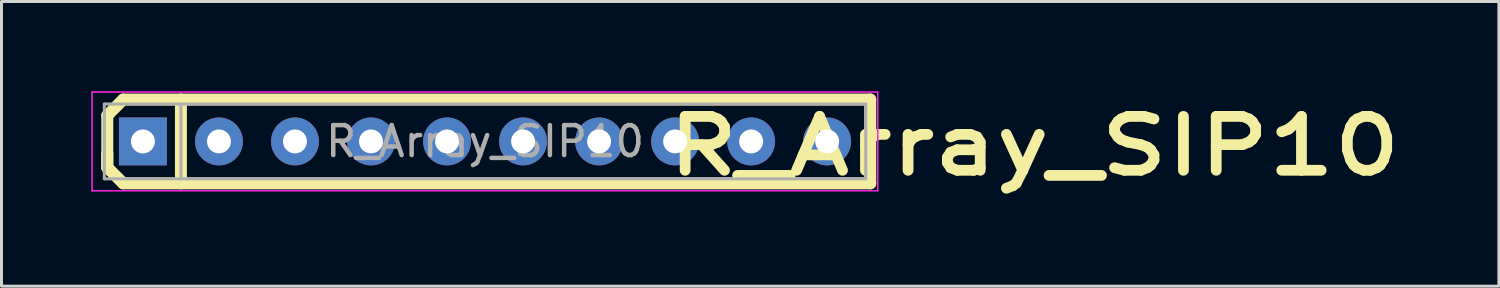
<source format=kicad_pcb>
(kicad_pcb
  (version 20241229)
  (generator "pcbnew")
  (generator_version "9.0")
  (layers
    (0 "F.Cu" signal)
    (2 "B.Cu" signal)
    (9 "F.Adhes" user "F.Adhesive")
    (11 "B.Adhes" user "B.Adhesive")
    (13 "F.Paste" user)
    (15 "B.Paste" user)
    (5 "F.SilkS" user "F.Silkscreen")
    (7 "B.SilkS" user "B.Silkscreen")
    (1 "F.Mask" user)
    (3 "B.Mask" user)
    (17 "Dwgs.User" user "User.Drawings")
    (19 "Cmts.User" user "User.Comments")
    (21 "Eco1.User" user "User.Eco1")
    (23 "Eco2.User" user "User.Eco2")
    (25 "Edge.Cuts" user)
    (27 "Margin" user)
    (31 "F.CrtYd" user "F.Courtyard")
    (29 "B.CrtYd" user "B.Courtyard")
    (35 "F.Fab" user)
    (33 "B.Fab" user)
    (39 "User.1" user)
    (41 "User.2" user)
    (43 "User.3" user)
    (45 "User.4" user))
  (footprint "R_Array_SIP10"
    (layer "F.Cu")
    (at 1.735 1.655)
    (property "Reference" "R_Array_SIP10" (at 29.77 0.17 0) (layer "F.SilkS") (effects (font (size 1.8 2.3) (thickness 0.36) (bold yes))))
    (attr through_hole)
    (fp_line (start -1.2 -0.85) (end -1.2 0.89) (stroke (width 0.4) (type default)) (layer "F.SilkS"))
    (fp_line (start -1.2 0.89) (end -1.2 0.42) (stroke (width 0.4) (type default)) (layer "F.SilkS"))
    (fp_line (start -0.67 -1.38) (end -1.2 -0.85) (stroke (width 0.4) (type default)) (layer "F.SilkS"))
    (fp_line (start -0.67 1.42) (end -1.2 0.89) (stroke (width 0.4) (type default)) (layer "F.SilkS"))
    (fp_line (start -0.67 1.42) (end 24.29 1.42) (stroke (width 0.4) (type solid)) (layer "F.SilkS"))
    (fp_line (start 1.26 -1.38) (end 1.26 1.42) (stroke (width 0.4) (type solid)) (layer "F.SilkS"))
    (fp_line (start 24.29 -1.38) (end -0.67 -1.38) (stroke (width 0.4) (type solid)) (layer "F.SilkS"))
    (fp_line (start 24.29 1.42) (end 24.29 -1.38) (stroke (width 0.4) (type solid)) (layer "F.SilkS"))
    (fp_line (start -1.71 -1.63) (end -1.71 1.67) (stroke (width 0.05) (type solid)) (layer "F.CrtYd"))
    (fp_line (start -1.71 1.67) (end 24.54 1.67) (stroke (width 0.05) (type solid)) (layer "F.CrtYd"))
    (fp_line (start 24.54 -1.63) (end -1.71 -1.63) (stroke (width 0.05) (type solid)) (layer "F.CrtYd"))
    (fp_line (start 24.54 1.67) (end 24.54 -1.63) (stroke (width 0.05) (type solid)) (layer "F.CrtYd"))
    (fp_line (start -1.3 -1.23) (end -1.3 1.27) (stroke (width 0.1) (type solid)) (layer "F.Fab"))
    (fp_line (start -1.3 1.27) (end 24.14 1.27) (stroke (width 0.1) (type solid)) (layer "F.Fab"))
    (fp_line (start 1.26 -1.23) (end 1.26 1.27) (stroke (width 0.1) (type solid)) (layer "F.Fab"))
    (fp_line (start 24.14 -1.23) (end -1.3 -1.23) (stroke (width 0.1) (type solid)) (layer "F.Fab"))
    (fp_line (start 24.14 1.27) (end 24.14 -1.23) (stroke (width 0.1) (type solid)) (layer "F.Fab"))
    (fp_text user "${REFERENCE}" (at 11.42 0.02 0) (layer "F.Fab") (effects (font (size 1 1) (thickness 0.15))))
    (pad "1" thru_hole rect (at -0.01 0.02) (size 1.6 1.6) (drill 0.8) (layers "*.Cu" "*.Mask"))
    (pad "2" thru_hole oval (at 2.53 0.02) (size 1.6 1.6) (drill 0.8) (layers "*.Cu" "*.Mask"))
    (pad "3" thru_hole oval (at 5.07 0.02) (size 1.6 1.6) (drill 0.8) (layers "*.Cu" "*.Mask"))
    (pad "4" thru_hole oval (at 7.61 0.02) (size 1.6 1.6) (drill 0.8) (layers "*.Cu" "*.Mask"))
    (pad "5" thru_hole oval (at 10.15 0.02) (size 1.6 1.6) (drill 0.8) (layers "*.Cu" "*.Mask"))
    (pad "6" thru_hole oval (at 12.69 0.02) (size 1.6 1.6) (drill 0.8) (layers "*.Cu" "*.Mask"))
    (pad "7" thru_hole oval (at 15.23 0.02) (size 1.6 1.6) (drill 0.8) (layers "*.Cu" "*.Mask"))
    (pad "8" thru_hole oval (at 17.77 0.02) (size 1.6 1.6) (drill 0.8) (layers "*.Cu" "*.Mask"))
    (pad "9" thru_hole oval (at 20.31 0.02) (size 1.6 1.6) (drill 0.8) (layers "*.Cu" "*.Mask"))
    (pad "10" thru_hole oval (at 22.85 0.02) (size 1.6 1.6) (drill 0.8) (layers "*.Cu" "*.Mask")))
  (gr_rect
    (start -3 -3)
    (end 47.027 6.51)
    (stroke (width 0.1) (type default))
    (fill no)
    (layer "Edge.Cuts")))
</source>
